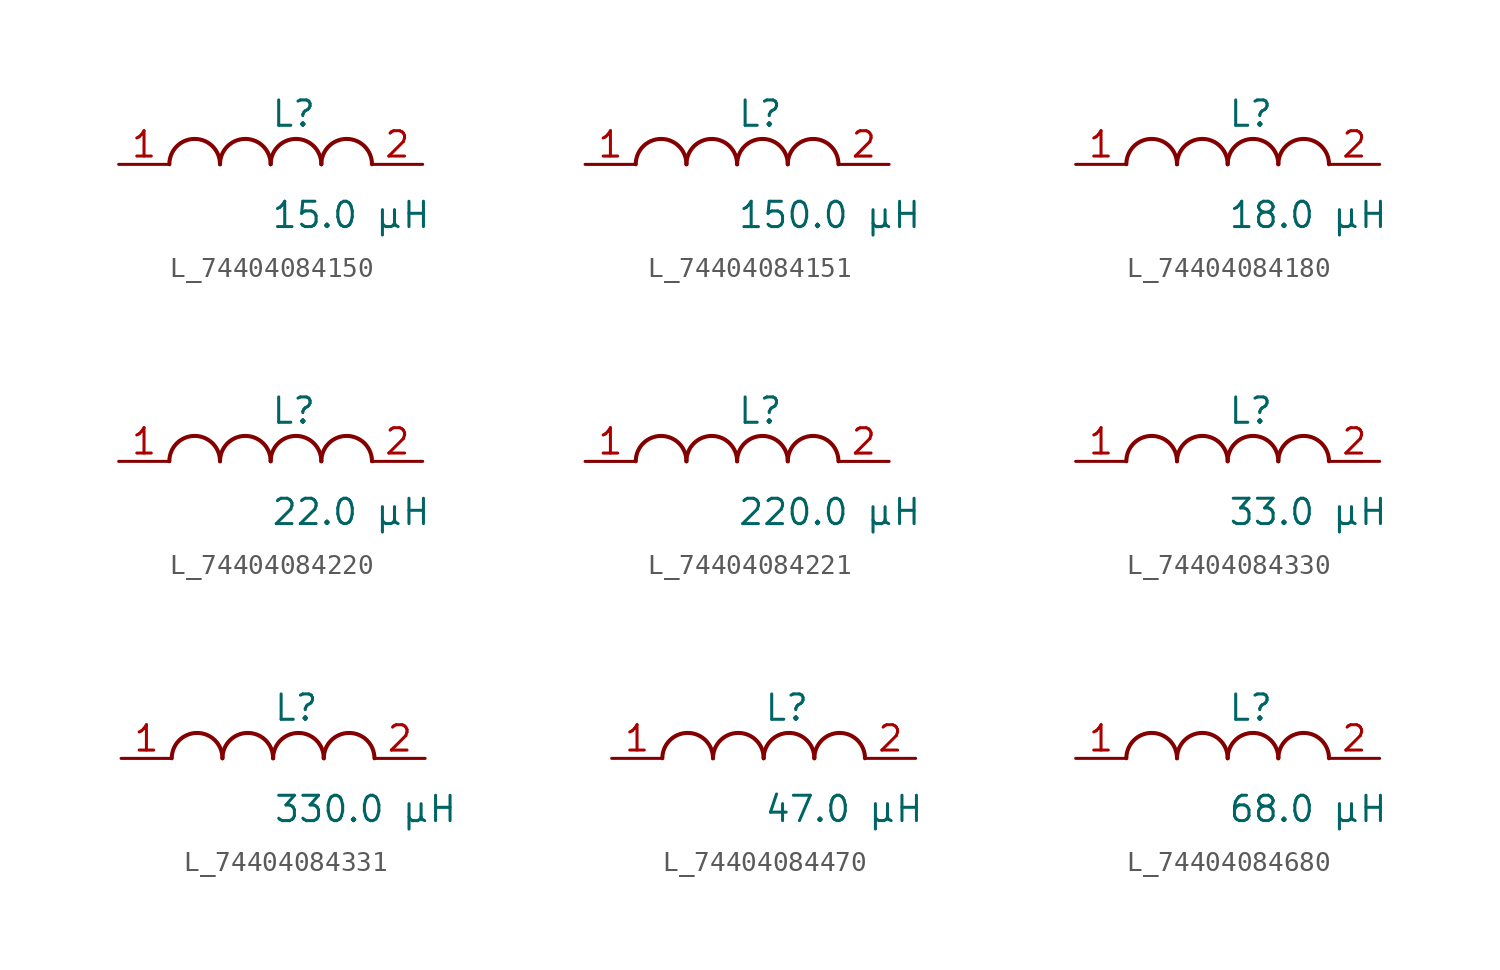
<source format=kicad_sym>
(kicad_symbol_lib
  (version 20231120)
  (generator kicad_symbol_editor)
  (generator_version 8.0)
  (symbol "L_74404084150"
    (pin_names
      (offset 0.254))
    (property "Reference" "L"
      (at 0.0 2.54 0)
      (effects (font (size 1.27 1.27)) (justify left)))
    (property "Value" "15.0 µH"
      (at 0.0 -2.54 0)
      (effects (font (size 1.27 1.27)) (justify left)))
    (symbol "L_74404084150_1_1"
      (arc (start -2.54 0.0056) (mid -3.81 1.27) (end -5.08 0.0056) (stroke (width 0.2032) (type default)) (fill (type none)))
      (arc (start 0 0.0056) (mid -1.27 1.27) (end -2.54 0.0056) (stroke (width 0.2032) (type default)) (fill (type none)))
      (arc (start 2.54 0.0056) (mid 1.27 1.27) (end 0 0.0056) (stroke (width 0.2032) (type default)) (fill (type none)))
      (arc (start 5.08 0.0056) (mid 3.81 1.27) (end 2.54 0.0056) (stroke (width 0.2032) (type default)) (fill (type none)))
      (pin unspecified line (at -7.62 0 0) (length 2.54) (name "" (effects (font (size 1.27 1.27)))) (number "1" (effects (font (size 1.27 1.27)))))
      (pin unspecified line (at 7.62 0 180) (length 2.54) (name "" (effects (font (size 1.27 1.27)))) (number "2" (effects (font (size 1.27 1.27)))))))
  (symbol "L_74404084151"
    (pin_names
      (offset 0.254))
    (property "Reference" "L"
      (at 0.0 2.54 0)
      (effects (font (size 1.27 1.27)) (justify left)))
    (property "Value" "150.0 µH"
      (at 0.0 -2.54 0)
      (effects (font (size 1.27 1.27)) (justify left)))
    (symbol "L_74404084151_1_1"
      (arc (start -2.54 0.0056) (mid -3.81 1.27) (end -5.08 0.0056) (stroke (width 0.2032) (type default)) (fill (type none)))
      (arc (start 0 0.0056) (mid -1.27 1.27) (end -2.54 0.0056) (stroke (width 0.2032) (type default)) (fill (type none)))
      (arc (start 2.54 0.0056) (mid 1.27 1.27) (end 0 0.0056) (stroke (width 0.2032) (type default)) (fill (type none)))
      (arc (start 5.08 0.0056) (mid 3.81 1.27) (end 2.54 0.0056) (stroke (width 0.2032) (type default)) (fill (type none)))
      (pin unspecified line (at -7.62 0 0) (length 2.54) (name "" (effects (font (size 1.27 1.27)))) (number "1" (effects (font (size 1.27 1.27)))))
      (pin unspecified line (at 7.62 0 180) (length 2.54) (name "" (effects (font (size 1.27 1.27)))) (number "2" (effects (font (size 1.27 1.27)))))))
  (symbol "L_74404084180"
    (pin_names
      (offset 0.254))
    (property "Reference" "L"
      (at 0.0 2.54 0)
      (effects (font (size 1.27 1.27)) (justify left)))
    (property "Value" "18.0 µH"
      (at 0.0 -2.54 0)
      (effects (font (size 1.27 1.27)) (justify left)))
    (symbol "L_74404084180_1_1"
      (arc (start -2.54 0.0056) (mid -3.81 1.27) (end -5.08 0.0056) (stroke (width 0.2032) (type default)) (fill (type none)))
      (arc (start 0 0.0056) (mid -1.27 1.27) (end -2.54 0.0056) (stroke (width 0.2032) (type default)) (fill (type none)))
      (arc (start 2.54 0.0056) (mid 1.27 1.27) (end 0 0.0056) (stroke (width 0.2032) (type default)) (fill (type none)))
      (arc (start 5.08 0.0056) (mid 3.81 1.27) (end 2.54 0.0056) (stroke (width 0.2032) (type default)) (fill (type none)))
      (pin unspecified line (at -7.62 0 0) (length 2.54) (name "" (effects (font (size 1.27 1.27)))) (number "1" (effects (font (size 1.27 1.27)))))
      (pin unspecified line (at 7.62 0 180) (length 2.54) (name "" (effects (font (size 1.27 1.27)))) (number "2" (effects (font (size 1.27 1.27)))))))
  (symbol "L_74404084220"
    (pin_names
      (offset 0.254))
    (property "Reference" "L"
      (at 0.0 2.54 0)
      (effects (font (size 1.27 1.27)) (justify left)))
    (property "Value" "22.0 µH"
      (at 0.0 -2.54 0)
      (effects (font (size 1.27 1.27)) (justify left)))
    (symbol "L_74404084220_1_1"
      (arc (start -2.54 0.0056) (mid -3.81 1.27) (end -5.08 0.0056) (stroke (width 0.2032) (type default)) (fill (type none)))
      (arc (start 0 0.0056) (mid -1.27 1.27) (end -2.54 0.0056) (stroke (width 0.2032) (type default)) (fill (type none)))
      (arc (start 2.54 0.0056) (mid 1.27 1.27) (end 0 0.0056) (stroke (width 0.2032) (type default)) (fill (type none)))
      (arc (start 5.08 0.0056) (mid 3.81 1.27) (end 2.54 0.0056) (stroke (width 0.2032) (type default)) (fill (type none)))
      (pin unspecified line (at -7.62 0 0) (length 2.54) (name "" (effects (font (size 1.27 1.27)))) (number "1" (effects (font (size 1.27 1.27)))))
      (pin unspecified line (at 7.62 0 180) (length 2.54) (name "" (effects (font (size 1.27 1.27)))) (number "2" (effects (font (size 1.27 1.27)))))))
  (symbol "L_74404084221"
    (pin_names
      (offset 0.254))
    (property "Reference" "L"
      (at 0.0 2.54 0)
      (effects (font (size 1.27 1.27)) (justify left)))
    (property "Value" "220.0 µH"
      (at 0.0 -2.54 0)
      (effects (font (size 1.27 1.27)) (justify left)))
    (symbol "L_74404084221_1_1"
      (arc (start -2.54 0.0056) (mid -3.81 1.27) (end -5.08 0.0056) (stroke (width 0.2032) (type default)) (fill (type none)))
      (arc (start 0 0.0056) (mid -1.27 1.27) (end -2.54 0.0056) (stroke (width 0.2032) (type default)) (fill (type none)))
      (arc (start 2.54 0.0056) (mid 1.27 1.27) (end 0 0.0056) (stroke (width 0.2032) (type default)) (fill (type none)))
      (arc (start 5.08 0.0056) (mid 3.81 1.27) (end 2.54 0.0056) (stroke (width 0.2032) (type default)) (fill (type none)))
      (pin unspecified line (at -7.62 0 0) (length 2.54) (name "" (effects (font (size 1.27 1.27)))) (number "1" (effects (font (size 1.27 1.27)))))
      (pin unspecified line (at 7.62 0 180) (length 2.54) (name "" (effects (font (size 1.27 1.27)))) (number "2" (effects (font (size 1.27 1.27)))))))
  (symbol "L_74404084330"
    (pin_names
      (offset 0.254))
    (property "Reference" "L"
      (at 0.0 2.54 0)
      (effects (font (size 1.27 1.27)) (justify left)))
    (property "Value" "33.0 µH"
      (at 0.0 -2.54 0)
      (effects (font (size 1.27 1.27)) (justify left)))
    (symbol "L_74404084330_1_1"
      (arc (start -2.54 0.0056) (mid -3.81 1.27) (end -5.08 0.0056) (stroke (width 0.2032) (type default)) (fill (type none)))
      (arc (start 0 0.0056) (mid -1.27 1.27) (end -2.54 0.0056) (stroke (width 0.2032) (type default)) (fill (type none)))
      (arc (start 2.54 0.0056) (mid 1.27 1.27) (end 0 0.0056) (stroke (width 0.2032) (type default)) (fill (type none)))
      (arc (start 5.08 0.0056) (mid 3.81 1.27) (end 2.54 0.0056) (stroke (width 0.2032) (type default)) (fill (type none)))
      (pin unspecified line (at -7.62 0 0) (length 2.54) (name "" (effects (font (size 1.27 1.27)))) (number "1" (effects (font (size 1.27 1.27)))))
      (pin unspecified line (at 7.62 0 180) (length 2.54) (name "" (effects (font (size 1.27 1.27)))) (number "2" (effects (font (size 1.27 1.27)))))))
  (symbol "L_74404084331"
    (pin_names
      (offset 0.254))
    (property "Reference" "L"
      (at 0.0 2.54 0)
      (effects (font (size 1.27 1.27)) (justify left)))
    (property "Value" "330.0 µH"
      (at 0.0 -2.54 0)
      (effects (font (size 1.27 1.27)) (justify left)))
    (symbol "L_74404084331_1_1"
      (arc (start -2.54 0.0056) (mid -3.81 1.27) (end -5.08 0.0056) (stroke (width 0.2032) (type default)) (fill (type none)))
      (arc (start 0 0.0056) (mid -1.27 1.27) (end -2.54 0.0056) (stroke (width 0.2032) (type default)) (fill (type none)))
      (arc (start 2.54 0.0056) (mid 1.27 1.27) (end 0 0.0056) (stroke (width 0.2032) (type default)) (fill (type none)))
      (arc (start 5.08 0.0056) (mid 3.81 1.27) (end 2.54 0.0056) (stroke (width 0.2032) (type default)) (fill (type none)))
      (pin unspecified line (at -7.62 0 0) (length 2.54) (name "" (effects (font (size 1.27 1.27)))) (number "1" (effects (font (size 1.27 1.27)))))
      (pin unspecified line (at 7.62 0 180) (length 2.54) (name "" (effects (font (size 1.27 1.27)))) (number "2" (effects (font (size 1.27 1.27)))))))
  (symbol "L_74404084470"
    (pin_names
      (offset 0.254))
    (property "Reference" "L"
      (at 0.0 2.54 0)
      (effects (font (size 1.27 1.27)) (justify left)))
    (property "Value" "47.0 µH"
      (at 0.0 -2.54 0)
      (effects (font (size 1.27 1.27)) (justify left)))
    (symbol "L_74404084470_1_1"
      (arc (start -2.54 0.0056) (mid -3.81 1.27) (end -5.08 0.0056) (stroke (width 0.2032) (type default)) (fill (type none)))
      (arc (start 0 0.0056) (mid -1.27 1.27) (end -2.54 0.0056) (stroke (width 0.2032) (type default)) (fill (type none)))
      (arc (start 2.54 0.0056) (mid 1.27 1.27) (end 0 0.0056) (stroke (width 0.2032) (type default)) (fill (type none)))
      (arc (start 5.08 0.0056) (mid 3.81 1.27) (end 2.54 0.0056) (stroke (width 0.2032) (type default)) (fill (type none)))
      (pin unspecified line (at -7.62 0 0) (length 2.54) (name "" (effects (font (size 1.27 1.27)))) (number "1" (effects (font (size 1.27 1.27)))))
      (pin unspecified line (at 7.62 0 180) (length 2.54) (name "" (effects (font (size 1.27 1.27)))) (number "2" (effects (font (size 1.27 1.27)))))))
  (symbol "L_74404084680"
    (pin_names
      (offset 0.254))
    (property "Reference" "L"
      (at 0.0 2.54 0)
      (effects (font (size 1.27 1.27)) (justify left)))
    (property "Value" "68.0 µH"
      (at 0.0 -2.54 0)
      (effects (font (size 1.27 1.27)) (justify left)))
    (symbol "L_74404084680_1_1"
      (arc (start -2.54 0.0056) (mid -3.81 1.27) (end -5.08 0.0056) (stroke (width 0.2032) (type default)) (fill (type none)))
      (arc (start 0 0.0056) (mid -1.27 1.27) (end -2.54 0.0056) (stroke (width 0.2032) (type default)) (fill (type none)))
      (arc (start 2.54 0.0056) (mid 1.27 1.27) (end 0 0.0056) (stroke (width 0.2032) (type default)) (fill (type none)))
      (arc (start 5.08 0.0056) (mid 3.81 1.27) (end 2.54 0.0056) (stroke (width 0.2032) (type default)) (fill (type none)))
      (pin unspecified line (at -7.62 0 0) (length 2.54) (name "" (effects (font (size 1.27 1.27)))) (number "1" (effects (font (size 1.27 1.27)))))
      (pin unspecified line (at 7.62 0 180) (length 2.54) (name "" (effects (font (size 1.27 1.27)))) (number "2" (effects (font (size 1.27 1.27))))))))
</source>
